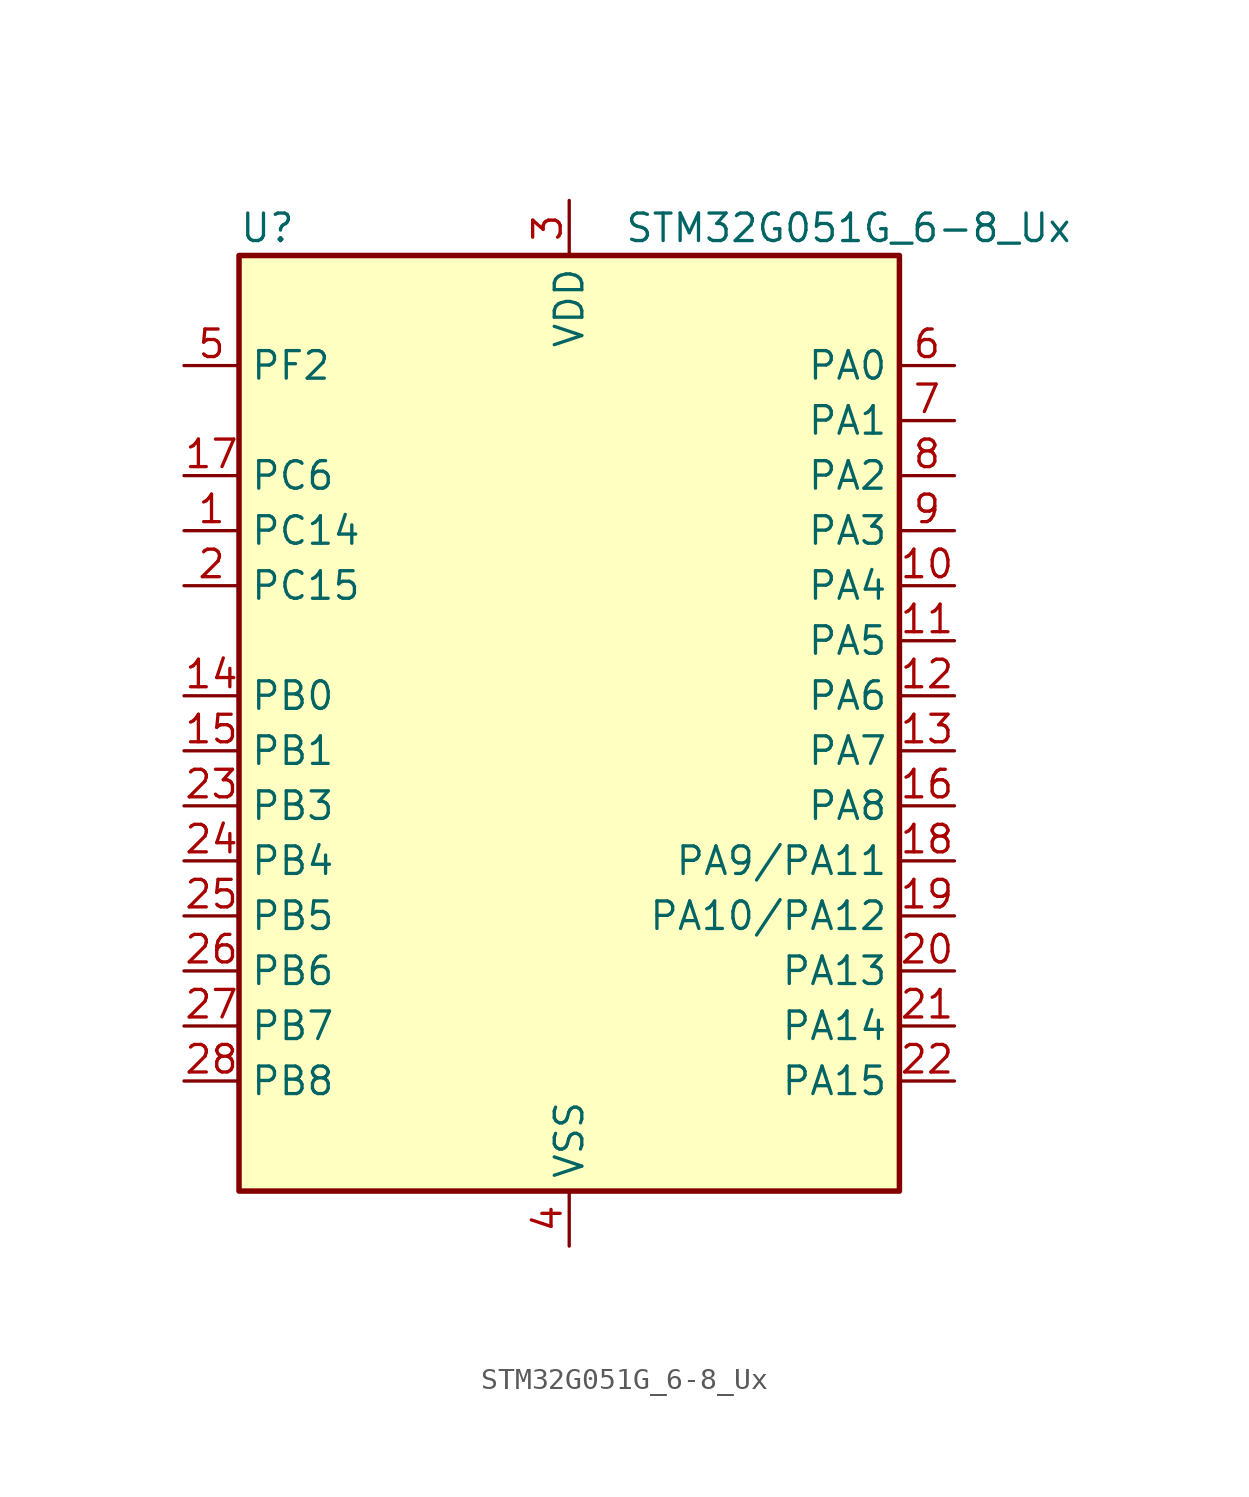
<source format=kicad_sym>
(kicad_symbol_lib
  (version 20231120)
  (generator "kicad-library-utils")
  (generator_version "8.0")
  (symbol "STM32G051G_6-8_Ux"
    (property "Reference" "U"
      (at -15.24 24.13 0)
      (effects (font (size 1.27 1.27)) (justify left)))
    (property "Value" "STM32G051G_6-8_Ux"
      (at 2.54 24.13 0)
      (effects (font (size 1.27 1.27)) (justify left)))
    (symbol "STM32G051G_6-8_Ux_0_1"
      (rectangle (start -15.24 -20.32) (end 15.24 22.86) (stroke (width 0.254) (type default)) (fill (type background))))
    (symbol "STM32G051G_6-8_Ux_1_1"
      (pin bidirectional line (at -17.78 10.16 0) (length 2.54) (name "PC14" (effects (font (size 1.27 1.27)))) (number "1" (effects (font (size 1.27 1.27)))) (alternate "RCC_OSC32_IN" bidirectional line) (alternate "RCC_OSC_IN" bidirectional line) (alternate "TIM1_BK2" bidirectional line))
      (pin bidirectional line (at 17.78 7.62 180) (length 2.54) (name "PA4" (effects (font (size 1.27 1.27)))) (number "10" (effects (font (size 1.27 1.27)))) (alternate "ADC1_IN4" bidirectional line) (alternate "DAC1_OUT1" bidirectional line) (alternate "I2S1_WS" bidirectional line) (alternate "LPTIM2_OUT" bidirectional line) (alternate "RTC_OUT1" bidirectional line) (alternate "RTC_TAMP_IN1" bidirectional line) (alternate "RTC_TS" bidirectional line) (alternate "SPI1_NSS" bidirectional line) (alternate "SPI2_MOSI" bidirectional line) (alternate "SYS_WKUP2" bidirectional line) (alternate "TIM14_CH1" bidirectional line))
      (pin bidirectional line (at 17.78 5.08 180) (length 2.54) (name "PA5" (effects (font (size 1.27 1.27)))) (number "11" (effects (font (size 1.27 1.27)))) (alternate "ADC1_IN5" bidirectional line) (alternate "DAC1_OUT2" bidirectional line) (alternate "I2S1_CK" bidirectional line) (alternate "LPTIM2_ETR" bidirectional line) (alternate "SPI1_SCK" bidirectional line) (alternate "TIM2_CH1" bidirectional line) (alternate "TIM2_ETR" bidirectional line))
      (pin bidirectional line (at 17.78 2.54 180) (length 2.54) (name "PA6" (effects (font (size 1.27 1.27)))) (number "12" (effects (font (size 1.27 1.27)))) (alternate "ADC1_IN6" bidirectional line) (alternate "COMP1_OUT" bidirectional line) (alternate "I2S1_MCK" bidirectional line) (alternate "LPUART1_CTS" bidirectional line) (alternate "SPI1_MISO" bidirectional line) (alternate "TIM16_CH1" bidirectional line) (alternate "TIM1_BK" bidirectional line) (alternate "TIM3_CH1" bidirectional line))
      (pin bidirectional line (at 17.78 0 180) (length 2.54) (name "PA7" (effects (font (size 1.27 1.27)))) (number "13" (effects (font (size 1.27 1.27)))) (alternate "ADC1_IN7" bidirectional line) (alternate "COMP2_OUT" bidirectional line) (alternate "I2S1_SD" bidirectional line) (alternate "SPI1_MOSI" bidirectional line) (alternate "TIM14_CH1" bidirectional line) (alternate "TIM17_CH1" bidirectional line) (alternate "TIM1_CH1N" bidirectional line) (alternate "TIM3_CH2" bidirectional line))
      (pin bidirectional line (at -17.78 2.54 0) (length 2.54) (name "PB0" (effects (font (size 1.27 1.27)))) (number "14" (effects (font (size 1.27 1.27)))) (alternate "ADC1_IN8" bidirectional line) (alternate "COMP1_OUT" bidirectional line) (alternate "I2S1_WS" bidirectional line) (alternate "LPTIM1_OUT" bidirectional line) (alternate "SPI1_NSS" bidirectional line) (alternate "TIM1_CH2N" bidirectional line) (alternate "TIM3_CH3" bidirectional line))
      (pin bidirectional line (at -17.78 0 0) (length 2.54) (name "PB1" (effects (font (size 1.27 1.27)))) (number "15" (effects (font (size 1.27 1.27)))) (alternate "ADC1_IN9" bidirectional line) (alternate "COMP1_INM" bidirectional line) (alternate "LPTIM2_IN1" bidirectional line) (alternate "LPUART1_DE" bidirectional line) (alternate "LPUART1_RTS" bidirectional line) (alternate "TIM14_CH1" bidirectional line) (alternate "TIM1_CH3N" bidirectional line) (alternate "TIM3_CH4" bidirectional line))
      (pin bidirectional line (at 17.78 -2.54 180) (length 2.54) (name "PA8" (effects (font (size 1.27 1.27)))) (number "16" (effects (font (size 1.27 1.27)))) (alternate "LPTIM2_OUT" bidirectional line) (alternate "RCC_MCO" bidirectional line) (alternate "SPI2_NSS" bidirectional line) (alternate "TIM1_CH1" bidirectional line))
      (pin bidirectional line (at -17.78 12.7 0) (length 2.54) (name "PC6" (effects (font (size 1.27 1.27)))) (number "17" (effects (font (size 1.27 1.27)))) (alternate "TIM2_CH3" bidirectional line) (alternate "TIM3_CH1" bidirectional line))
      (pin bidirectional line (at 17.78 -5.08 180) (length 2.54) (name "PA9/PA11" (effects (font (size 1.27 1.27)))) (number "18" (effects (font (size 1.27 1.27)))) (alternate "PA9" bidirectional line) (alternate "DAC1_EXTI9 (PA9)" bidirectional line) (alternate "I2C1_SCL (PA9)" bidirectional line) (alternate "RCC_MCO (PA9)" bidirectional line) (alternate "SPI2_MISO (PA9)" bidirectional line) (alternate "TIM15_BK (PA9)" bidirectional line) (alternate "TIM1_CH2 (PA9)" bidirectional line) (alternate "USART1_TX (PA9)" bidirectional line) (alternate "PA11" bidirectional line) (alternate "ADC1_EXTI11 (PA11)" bidirectional line) (alternate "ADC1_IN15 (PA11)" bidirectional line) (alternate "COMP1_OUT (PA11)" bidirectional line) (alternate "I2C2_SCL (PA11)" bidirectional line) (alternate "I2S1_MCK (PA11)" bidirectional line) (alternate "SPI1_MISO (PA11)" bidirectional line) (alternate "TIM1_BK2 (PA11)" bidirectional line) (alternate "TIM1_CH4 (PA11)" bidirectional line) (alternate "USART1_CTS (PA11)" bidirectional line) (alternate "USART1_NSS (PA11)" bidirectional line))
      (pin bidirectional line (at 17.78 -7.62 180) (length 2.54) (name "PA10/PA12" (effects (font (size 1.27 1.27)))) (number "19" (effects (font (size 1.27 1.27)))) (alternate "PA10" bidirectional line) (alternate "I2C1_SDA (PA10)" bidirectional line) (alternate "SPI2_MOSI (PA10)" bidirectional line) (alternate "TIM17_BK (PA10)" bidirectional line) (alternate "TIM1_CH3 (PA10)" bidirectional line) (alternate "USART1_RX (PA10)" bidirectional line) (alternate "PA12" bidirectional line) (alternate "ADC1_IN16 (PA12)" bidirectional line) (alternate "COMP2_OUT (PA12)" bidirectional line) (alternate "I2C2_SDA (PA12)" bidirectional line) (alternate "I2S1_SD (PA12)" bidirectional line) (alternate "I2S_CKIN (PA12)" bidirectional line) (alternate "SPI1_MOSI (PA12)" bidirectional line) (alternate "TIM1_ETR (PA12)" bidirectional line) (alternate "USART1_CK (PA12)" bidirectional line) (alternate "USART1_DE (PA12)" bidirectional line) (alternate "USART1_RTS (PA12)" bidirectional line))
      (pin bidirectional line (at -17.78 7.62 0) (length 2.54) (name "PC15" (effects (font (size 1.27 1.27)))) (number "2" (effects (font (size 1.27 1.27)))) (alternate "RCC_OSC32_EN" bidirectional line) (alternate "RCC_OSC32_OUT" bidirectional line) (alternate "RCC_OSC_EN" bidirectional line) (alternate "TIM15_BK" bidirectional line))
      (pin bidirectional line (at 17.78 -10.16 180) (length 2.54) (name "PA13" (effects (font (size 1.27 1.27)))) (number "20" (effects (font (size 1.27 1.27)))) (alternate "ADC1_IN17" bidirectional line) (alternate "IR_OUT" bidirectional line) (alternate "SYS_SWDIO" bidirectional line))
      (pin bidirectional line (at 17.78 -12.7 180) (length 2.54) (name "PA14" (effects (font (size 1.27 1.27)))) (number "21" (effects (font (size 1.27 1.27)))) (alternate "ADC1_IN18" bidirectional line) (alternate "SYS_SWCLK" bidirectional line) (alternate "USART2_TX" bidirectional line))
      (pin bidirectional line (at 17.78 -15.24 180) (length 2.54) (name "PA15" (effects (font (size 1.27 1.27)))) (number "22" (effects (font (size 1.27 1.27)))) (alternate "I2S1_WS" bidirectional line) (alternate "SPI1_NSS" bidirectional line) (alternate "TIM2_CH1" bidirectional line) (alternate "TIM2_ETR" bidirectional line) (alternate "USART2_RX" bidirectional line))
      (pin bidirectional line (at -17.78 -2.54 0) (length 2.54) (name "PB3" (effects (font (size 1.27 1.27)))) (number "23" (effects (font (size 1.27 1.27)))) (alternate "COMP2_INM" bidirectional line) (alternate "I2S1_CK" bidirectional line) (alternate "SPI1_SCK" bidirectional line) (alternate "TIM1_CH2" bidirectional line) (alternate "TIM2_CH2" bidirectional line) (alternate "USART1_CK" bidirectional line) (alternate "USART1_DE" bidirectional line) (alternate "USART1_RTS" bidirectional line))
      (pin bidirectional line (at -17.78 -5.08 0) (length 2.54) (name "PB4" (effects (font (size 1.27 1.27)))) (number "24" (effects (font (size 1.27 1.27)))) (alternate "COMP2_INP" bidirectional line) (alternate "I2S1_MCK" bidirectional line) (alternate "SPI1_MISO" bidirectional line) (alternate "TIM17_BK" bidirectional line) (alternate "TIM3_CH1" bidirectional line) (alternate "USART1_CTS" bidirectional line) (alternate "USART1_NSS" bidirectional line))
      (pin bidirectional line (at -17.78 -7.62 0) (length 2.54) (name "PB5" (effects (font (size 1.27 1.27)))) (number "25" (effects (font (size 1.27 1.27)))) (alternate "COMP2_OUT" bidirectional line) (alternate "I2C1_SMBA" bidirectional line) (alternate "I2S1_SD" bidirectional line) (alternate "LPTIM1_IN1" bidirectional line) (alternate "SPI1_MOSI" bidirectional line) (alternate "SYS_WKUP6" bidirectional line) (alternate "TIM16_BK" bidirectional line) (alternate "TIM3_CH2" bidirectional line))
      (pin bidirectional line (at -17.78 -10.16 0) (length 2.54) (name "PB6" (effects (font (size 1.27 1.27)))) (number "26" (effects (font (size 1.27 1.27)))) (alternate "COMP2_INP" bidirectional line) (alternate "I2C1_SCL" bidirectional line) (alternate "LPTIM1_ETR" bidirectional line) (alternate "SPI2_MISO" bidirectional line) (alternate "TIM16_CH1N" bidirectional line) (alternate "TIM1_CH3" bidirectional line) (alternate "USART1_TX" bidirectional line))
      (pin bidirectional line (at -17.78 -12.7 0) (length 2.54) (name "PB7" (effects (font (size 1.27 1.27)))) (number "27" (effects (font (size 1.27 1.27)))) (alternate "ADC1_IN11" bidirectional line) (alternate "COMP2_INM" bidirectional line) (alternate "I2C1_SDA" bidirectional line) (alternate "LPTIM1_IN2" bidirectional line) (alternate "SPI2_MOSI" bidirectional line) (alternate "SYS_PVD_IN" bidirectional line) (alternate "TIM17_CH1N" bidirectional line) (alternate "USART1_RX" bidirectional line))
      (pin bidirectional line (at -17.78 -15.24 0) (length 2.54) (name "PB8" (effects (font (size 1.27 1.27)))) (number "28" (effects (font (size 1.27 1.27)))) (alternate "I2C1_SCL" bidirectional line) (alternate "SPI2_SCK" bidirectional line) (alternate "TIM15_BK" bidirectional line) (alternate "TIM16_CH1" bidirectional line))
      (pin power_in line (at 0 25.4 270) (length 2.54) (name "VDD" (effects (font (size 1.27 1.27)))) (number "3" (effects (font (size 1.27 1.27)))))
      (pin power_in line (at 0 -22.86 90) (length 2.54) (name "VSS" (effects (font (size 1.27 1.27)))) (number "4" (effects (font (size 1.27 1.27)))))
      (pin bidirectional line (at -17.78 17.78 0) (length 2.54) (name "PF2" (effects (font (size 1.27 1.27)))) (number "5" (effects (font (size 1.27 1.27)))) (alternate "RCC_MCO" bidirectional line))
      (pin bidirectional line (at 17.78 17.78 180) (length 2.54) (name "PA0" (effects (font (size 1.27 1.27)))) (number "6" (effects (font (size 1.27 1.27)))) (alternate "ADC1_IN0" bidirectional line) (alternate "COMP1_INM" bidirectional line) (alternate "COMP1_OUT" bidirectional line) (alternate "LPTIM1_OUT" bidirectional line) (alternate "RTC_TAMP_IN2" bidirectional line) (alternate "SPI2_SCK" bidirectional line) (alternate "SYS_WKUP1" bidirectional line) (alternate "TIM2_CH1" bidirectional line) (alternate "TIM2_ETR" bidirectional line) (alternate "USART2_CTS" bidirectional line) (alternate "USART2_NSS" bidirectional line))
      (pin bidirectional line (at 17.78 15.24 180) (length 2.54) (name "PA1" (effects (font (size 1.27 1.27)))) (number "7" (effects (font (size 1.27 1.27)))) (alternate "ADC1_IN1" bidirectional line) (alternate "COMP1_INP" bidirectional line) (alternate "I2C1_SMBA" bidirectional line) (alternate "I2S1_CK" bidirectional line) (alternate "SPI1_SCK" bidirectional line) (alternate "TIM15_CH1N" bidirectional line) (alternate "TIM2_CH2" bidirectional line) (alternate "USART2_CK" bidirectional line) (alternate "USART2_DE" bidirectional line) (alternate "USART2_RTS" bidirectional line))
      (pin bidirectional line (at 17.78 12.7 180) (length 2.54) (name "PA2" (effects (font (size 1.27 1.27)))) (number "8" (effects (font (size 1.27 1.27)))) (alternate "ADC1_IN2" bidirectional line) (alternate "COMP2_INM" bidirectional line) (alternate "COMP2_OUT" bidirectional line) (alternate "I2S1_SD" bidirectional line) (alternate "LPUART1_TX" bidirectional line) (alternate "RCC_LSCO" bidirectional line) (alternate "SPI1_MOSI" bidirectional line) (alternate "SYS_WKUP4" bidirectional line) (alternate "TIM15_CH1" bidirectional line) (alternate "TIM2_CH3" bidirectional line) (alternate "USART2_TX" bidirectional line))
      (pin bidirectional line (at 17.78 10.16 180) (length 2.54) (name "PA3" (effects (font (size 1.27 1.27)))) (number "9" (effects (font (size 1.27 1.27)))) (alternate "ADC1_IN3" bidirectional line) (alternate "COMP2_INP" bidirectional line) (alternate "LPUART1_RX" bidirectional line) (alternate "SPI2_MISO" bidirectional line) (alternate "TIM15_CH2" bidirectional line) (alternate "TIM2_CH4" bidirectional line) (alternate "USART2_RX" bidirectional line)))))
</source>
